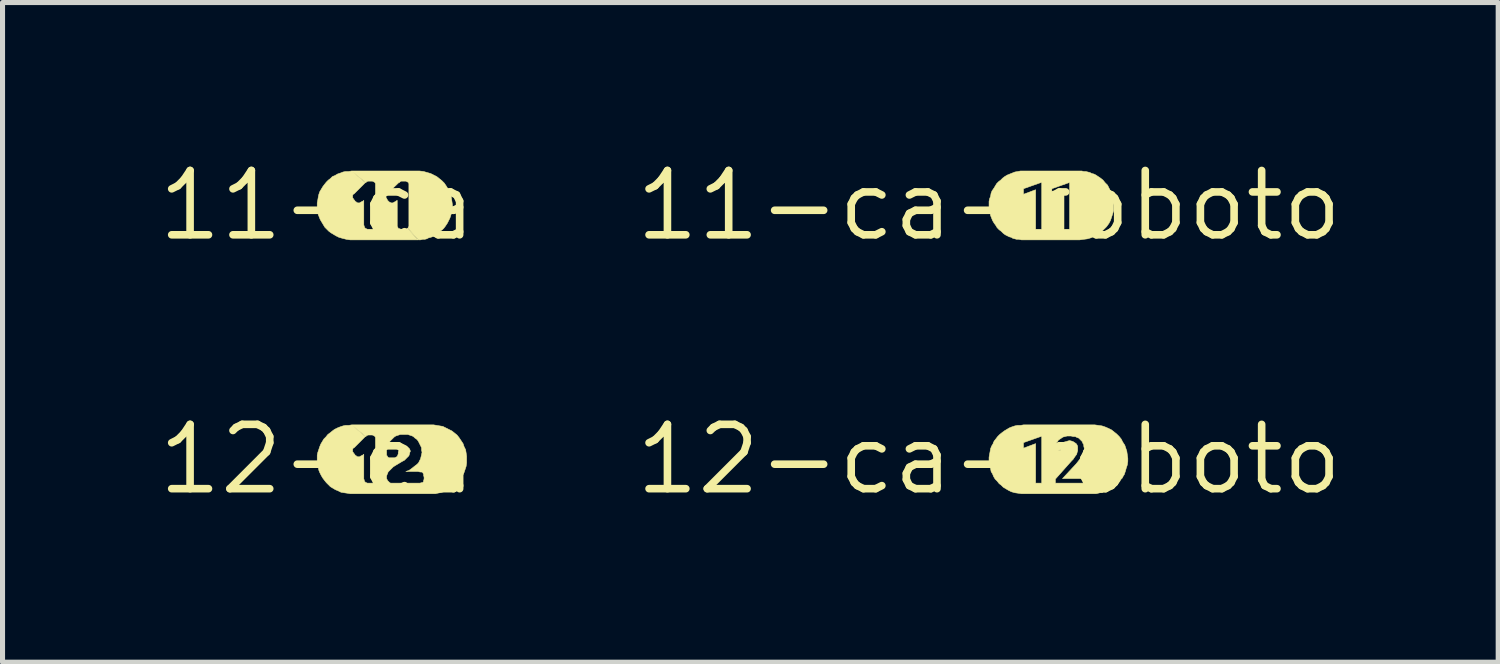
<source format=kicad_pcb>
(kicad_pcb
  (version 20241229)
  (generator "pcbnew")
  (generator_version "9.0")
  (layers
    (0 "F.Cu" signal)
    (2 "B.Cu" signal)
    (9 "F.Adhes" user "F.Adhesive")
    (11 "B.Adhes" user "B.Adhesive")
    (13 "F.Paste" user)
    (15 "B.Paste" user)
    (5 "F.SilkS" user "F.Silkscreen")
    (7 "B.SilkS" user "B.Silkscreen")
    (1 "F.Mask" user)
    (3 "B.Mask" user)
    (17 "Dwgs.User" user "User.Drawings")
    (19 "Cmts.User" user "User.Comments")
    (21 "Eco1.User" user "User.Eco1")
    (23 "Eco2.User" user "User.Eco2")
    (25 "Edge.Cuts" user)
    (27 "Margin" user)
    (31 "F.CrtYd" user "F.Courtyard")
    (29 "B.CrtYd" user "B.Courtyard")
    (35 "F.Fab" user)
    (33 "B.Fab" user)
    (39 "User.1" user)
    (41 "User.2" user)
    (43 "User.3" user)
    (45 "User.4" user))
  (footprint "11-ca"
    (layer "F.Cu")
    (at 3.213 1.006)
    (property "Reference" "11-ca" (at 0 0 0) (layer "F.SilkS") (effects (font (size 1.27 1.27) (thickness 0.15))))
    (attr board_only exclude_from_pos_files exclude_from_bom)
    (fp_poly (pts (xy 0.68 -0.68) (xy 0.62 -0.67) (xy 0.56 -0.67) (xy 0.51 -0.66) (xy 0.46 -0.64) (xy 0.4 -0.62) (xy 0.35 -0.59) (xy 0.3 -0.57) (xy 0.26 -0.53) (xy 0.22 -0.5) (xy 0.18 -0.46) (xy 0.14 -0.41) (xy 0.11 -0.37) (xy 0.08 -0.32) (xy 0.05 -0.27) (xy 0.03 -0.21) (xy 0.02 -0.16) (xy 0.01 -0.1) (xy 0 -0.05) (xy 0 0.01) (xy 0 0.06) (xy 0.01 0.12) (xy 0.02 0.18) (xy 0.04 0.23) (xy 0.06 0.28) (xy 0.09 0.33) (xy 0.12 0.38) (xy 0.15 0.43) (xy 0.19 0.47) (xy 0.23 0.51) (xy 0.27 0.54) (xy 0.32 0.57) (xy 0.37 0.6) (xy 0.43 0.63) (xy 0.5 0.65) (xy 0.58 0.67) (xy 0.65 0.68) (xy 1.99 0.68) (xy 1.78 0.45) (xy 1.76 0.47) (xy 1.73 0.47) (xy 1.7 0.47) (xy 1.67 0.47) (xy 1.65 0.47) (xy 1.63 0.46) (xy 1.61 0.46) (xy 1.6 0.45) (xy 1.59 0.43) (xy 1.58 0.41) (xy 1.58 0.39) (xy 1.58 0.36) (xy 1.58 -0.1) (xy 1.56 -0.09) (xy 1.55 -0.08) (xy 1.53 -0.07) (xy 1.51 -0.06) (xy 1.5 -0.05) (xy 1.48 -0.05) (xy 1.47 -0.05) (xy 1.46 -0.05) (xy 1.44 -0.06) (xy 1.42 -0.07) (xy 1.41 -0.08) (xy 1.39 -0.1) (xy 1.38 -0.12) (xy 1.37 -0.14) (xy 1.36 -0.15) (xy 1.36 -0.17) (xy 1.36 -0.18) (xy 1.36 -0.2) (xy 1.37 -0.22) (xy 1.38 -0.23) (xy 1.61 -0.45) (xy 1.62 -0.45) (xy 1.64 -0.47) (xy 1.66 -0.48) (xy 1.69 -0.48) (xy 1.72 -0.48) (xy 1.75 -0.48) (xy 1.79 -0.46) (xy 1.8 -0.45) (xy 1.81 -0.43) (xy 1.81 0.41) (xy 1.8 0.43) (xy 1.79 0.45) (xy 2 0.68) (xy 2.04 0.68) (xy 2.08 0.67) (xy 2.12 0.67) (xy 2.16 0.66) (xy 2.2 0.64) (xy 2.24 0.63) (xy 2.27 0.62) (xy 2.31 0.6) (xy 2.35 0.58) (xy 2.38 0.55) (xy 2.41 0.53) (xy 2.44 0.5) (xy 2.47 0.48) (xy 2.5 0.45) (xy 2.53 0.41) (xy 2.55 0.38) (xy 2.57 0.35) (xy 2.59 0.31) (xy 2.62 0.25) (xy 2.64 0.19) (xy 2.66 0.12) (xy 2.67 0.06) (xy 2.67 -0.01) (xy 2.66 -0.08) (xy 2.65 -0.14) (xy 2.64 -0.21) (xy 2.61 -0.27) (xy 2.58 -0.33) (xy 2.55 -0.38) (xy 2.51 -0.44) (xy 2.46 -0.49) (xy 2.41 -0.53) (xy 2.36 -0.57) (xy 2.3 -0.6) (xy 2.24 -0.63) (xy 2.17 -0.65) (xy 2.1 -0.67) (xy 2.02 -0.68) (xy 0.68 -0.68) (xy 0.96 -0.45) (xy 0.98 -0.47) (xy 1.01 -0.48) (xy 1.03 -0.48) (xy 1.06 -0.48) (xy 1.09 -0.48) (xy 1.13 -0.46) (xy 1.14 -0.45) (xy 1.15 -0.43) (xy 1.15 0.41) (xy 1.14 0.43) (xy 1.13 0.45) (xy 1.11 0.47) (xy 1.08 0.47) (xy 1.05 0.47) (xy 1.01 0.47) (xy 0.99 0.47) (xy 0.97 0.46) (xy 0.96 0.46) (xy 0.95 0.45) (xy 0.93 0.43) (xy 0.93 0.41) (xy 0.92 0.39) (xy 0.92 0.36) (xy 0.92 -0.1) (xy 0.91 -0.09) (xy 0.89 -0.08) (xy 0.87 -0.07) (xy 0.85 -0.06) (xy 0.84 -0.05) (xy 0.82 -0.05) (xy 0.81 -0.05) (xy 0.8 -0.05) (xy 0.78 -0.06) (xy 0.77 -0.07) (xy 0.75 -0.08) (xy 0.74 -0.1) (xy 0.72 -0.12) (xy 0.71 -0.14) (xy 0.7 -0.15) (xy 0.7 -0.17) (xy 0.7 -0.18) (xy 0.7 -0.2) (xy 0.71 -0.22) (xy 0.73 -0.23) (xy 0.95 -0.45) (xy 0.68 -0.68)) (stroke (width 0.01) (type solid)) (fill yes) (layer "F.SilkS")))
  (footprint "11-ca-roboto"
    (layer "F.Cu")
    (at 16.478 1.006)
    (property "Reference" "11-ca-roboto" (at 0 0 0) (layer "F.SilkS") (effects (font (size 1.27 1.27) (thickness 0.15))))
    (attr board_only exclude_from_pos_files exclude_from_bom)
    (fp_poly (pts (xy 0.68 -0.68) (xy 0.62 -0.68) (xy 0.57 -0.67) (xy 0.51 -0.66) (xy 0.46 -0.64) (xy 0.41 -0.62) (xy 0.36 -0.6) (xy 0.31 -0.57) (xy 0.27 -0.54) (xy 0.23 -0.5) (xy 0.19 -0.47) (xy 0.15 -0.43) (xy 0.12 -0.38) (xy 0.09 -0.33) (xy 0.06 -0.29) (xy 0.04 -0.24) (xy 0.03 -0.18) (xy 0.01 -0.13) (xy 0 -0.08) (xy 0 -0.02) (xy 0 0.03) (xy 0.01 0.09) (xy 0.02 0.14) (xy 0.03 0.2) (xy 0.05 0.25) (xy 0.07 0.3) (xy 0.1 0.35) (xy 0.13 0.39) (xy 0.16 0.44) (xy 0.2 0.48) (xy 0.24 0.51) (xy 0.28 0.55) (xy 0.32 0.58) (xy 0.36 0.6) (xy 0.4 0.62) (xy 0.44 0.63) (xy 0.47 0.65) (xy 0.51 0.66) (xy 0.55 0.67) (xy 0.59 0.67) (xy 0.64 0.68) (xy 0.68 0.68) (xy 0.92 0.47) (xy 0.92 -0.31) (xy 0.68 -0.22) (xy 0.68 -0.33) (xy 1.02 -0.45) (xy 1.04 -0.45) (xy 1.24 -0.33) (xy 1.58 -0.45) (xy 1.59 -0.45) (xy 1.59 0.47) (xy 1.48 0.47) (xy 1.48 -0.31) (xy 1.24 -0.22) (xy 1.24 -0.33) (xy 1.04 -0.45) (xy 1.04 0.47) (xy 0.92 0.47) (xy 0.68 0.68) (xy 1.79 0.68) (xy 1.86 0.67) (xy 1.94 0.66) (xy 2.01 0.64) (xy 2.08 0.61) (xy 2.15 0.57) (xy 2.21 0.53) (xy 2.27 0.47) (xy 2.32 0.42) (xy 2.37 0.35) (xy 2.4 0.29) (xy 2.42 0.23) (xy 2.44 0.17) (xy 2.46 0.1) (xy 2.46 0.04) (xy 2.46 -0.03) (xy 2.46 -0.09) (xy 2.45 -0.16) (xy 2.43 -0.22) (xy 2.4 -0.28) (xy 2.37 -0.34) (xy 2.34 -0.4) (xy 2.29 -0.45) (xy 2.25 -0.5) (xy 2.2 -0.54) (xy 2.14 -0.58) (xy 2.11 -0.6) (xy 2.07 -0.62) (xy 2.03 -0.63) (xy 1.99 -0.65) (xy 1.95 -0.66) (xy 1.91 -0.67) (xy 1.87 -0.67) (xy 1.83 -0.68) (xy 1.79 -0.68) (xy 0.68 -0.68)) (stroke (width 0.01) (type solid)) (fill yes) (layer "F.SilkS")))
  (footprint "12-ca"
    (layer "F.Cu")
    (at 3.213 6.019)
    (property "Reference" "12-ca" (at 0 0 0) (layer "F.SilkS") (effects (font (size 1.27 1.27) (thickness 0.15))))
    (attr board_only exclude_from_pos_files exclude_from_bom)
    (fp_poly (pts (xy 0.68 -0.68) (xy 0.62 -0.67) (xy 0.56 -0.67) (xy 0.51 -0.66) (xy 0.45 -0.64) (xy 0.4 -0.62) (xy 0.34 -0.59) (xy 0.3 -0.56) (xy 0.25 -0.52) (xy 0.21 -0.49) (xy 0.17 -0.44) (xy 0.13 -0.4) (xy 0.1 -0.35) (xy 0.07 -0.3) (xy 0.05 -0.25) (xy 0.03 -0.19) (xy 0.01 -0.13) (xy 0 -0.08) (xy 0 -0.02) (xy 0 0.04) (xy 0.01 0.1) (xy 0.02 0.15) (xy 0.03 0.21) (xy 0.05 0.26) (xy 0.08 0.32) (xy 0.11 0.37) (xy 0.14 0.41) (xy 0.18 0.46) (xy 0.22 0.5) (xy 0.26 0.54) (xy 0.31 0.57) (xy 0.36 0.6) (xy 0.41 0.62) (xy 0.47 0.65) (xy 0.53 0.66) (xy 0.6 0.67) (xy 0.66 0.68) (xy 2.28 0.68) (xy 2.33 0.68) (xy 2.37 0.67) (xy 2.42 0.66) (xy 2.46 0.65) (xy 2.5 0.64) (xy 2.54 0.62) (xy 2.58 0.61) (xy 2.62 0.58) (xy 2.65 0.56) (xy 2.69 0.54) (xy 2.72 0.51) (xy 2.75 0.48) (xy 2.78 0.45) (xy 2.81 0.41) (xy 2.84 0.38) (xy 2.86 0.34) (xy 2.88 0.3) (xy 2.9 0.26) (xy 2.92 0.2) (xy 2.94 0.14) (xy 2.95 0.07) (xy 2.95 0.01) (xy 2.95 -0.06) (xy 2.94 -0.13) (xy 2.93 -0.19) (xy 2.9 -0.25) (xy 2.88 -0.31) (xy 2.84 -0.37) (xy 2.8 -0.43) (xy 2.76 -0.48) (xy 2.71 -0.52) (xy 2.66 -0.56) (xy 2.6 -0.59) (xy 2.54 -0.62) (xy 2.48 -0.65) (xy 2.42 -0.66) (xy 2.36 -0.67) (xy 2.3 -0.68) (xy 0.68 -0.68) (xy 0.96 -0.45) (xy 0.98 -0.47) (xy 1.01 -0.48) (xy 1.03 -0.48) (xy 1.06 -0.48) (xy 1.09 -0.48) (xy 1.13 -0.46) (xy 1.14 -0.45) (xy 1.15 -0.43) (xy 1.15 0.41) (xy 1.37 0.38) (xy 1.37 0.36) (xy 1.37 0.33) (xy 1.38 0.3) (xy 1.39 0.28) (xy 1.4 0.25) (xy 1.42 0.23) (xy 1.46 0.19) (xy 1.5 0.15) (xy 1.53 0.13) (xy 1.68 0.04) (xy 1.72 0.02) (xy 1.75 -0.01) (xy 1.78 -0.04) (xy 1.81 -0.07) (xy 1.82 -0.1) (xy 1.83 -0.14) (xy 1.84 -0.16) (xy 1.83 -0.19) (xy 1.82 -0.21) (xy 1.8 -0.23) (xy 1.77 -0.25) (xy 1.75 -0.26) (xy 1.72 -0.26) (xy 1.69 -0.26) (xy 1.67 -0.26) (xy 1.65 -0.24) (xy 1.63 -0.23) (xy 1.62 -0.21) (xy 1.61 -0.19) (xy 1.61 -0.17) (xy 1.6 -0.14) (xy 1.6 -0.11) (xy 1.59 -0.08) (xy 1.58 -0.06) (xy 1.57 -0.05) (xy 1.55 -0.04) (xy 1.53 -0.03) (xy 1.5 -0.03) (xy 1.47 -0.03) (xy 1.44 -0.03) (xy 1.42 -0.03) (xy 1.4 -0.04) (xy 1.39 -0.05) (xy 1.38 -0.07) (xy 1.37 -0.08) (xy 1.37 -0.11) (xy 1.37 -0.14) (xy 1.37 -0.17) (xy 1.37 -0.2) (xy 1.38 -0.23) (xy 1.39 -0.26) (xy 1.4 -0.28) (xy 1.41 -0.31) (xy 1.44 -0.36) (xy 1.48 -0.4) (xy 1.5 -0.42) (xy 1.52 -0.44) (xy 1.55 -0.46) (xy 1.58 -0.47) (xy 1.61 -0.48) (xy 1.64 -0.49) (xy 1.68 -0.49) (xy 1.72 -0.49) (xy 1.76 -0.49) (xy 1.79 -0.49) (xy 1.82 -0.48) (xy 1.85 -0.47) (xy 1.88 -0.46) (xy 1.91 -0.44) (xy 1.93 -0.42) (xy 1.96 -0.4) (xy 1.98 -0.38) (xy 2 -0.35) (xy 2.02 -0.31) (xy 2.04 -0.27) (xy 2.06 -0.23) (xy 2.06 -0.18) (xy 2.07 -0.14) (xy 2.06 -0.09) (xy 2.05 -0.05) (xy 2.04 -0.01) (xy 2.02 0.03) (xy 2 0.07) (xy 1.97 0.1) (xy 1.93 0.13) (xy 1.88 0.17) (xy 1.84 0.2) (xy 1.81 0.22) (xy 1.75 0.24) (xy 1.99 0.24) (xy 2.03 0.25) (xy 2.06 0.25) (xy 2.08 0.26) (xy 2.09 0.27) (xy 2.09 0.28) (xy 2.1 0.29) (xy 2.1 0.32) (xy 2.11 0.35) (xy 2.11 0.39) (xy 2.1 0.42) (xy 2.1 0.44) (xy 2.09 0.45) (xy 2.08 0.46) (xy 2.06 0.46) (xy 2.03 0.47) (xy 2 0.47) (xy 1.48 0.47) (xy 1.45 0.47) (xy 1.43 0.46) (xy 1.41 0.44) (xy 1.39 0.42) (xy 1.38 0.4) (xy 1.37 0.38) (xy 1.15 0.41) (xy 1.14 0.43) (xy 1.13 0.45) (xy 1.11 0.47) (xy 1.08 0.47) (xy 1.05 0.47) (xy 1.01 0.47) (xy 0.99 0.47) (xy 0.97 0.46) (xy 0.96 0.46) (xy 0.95 0.45) (xy 0.93 0.43) (xy 0.93 0.41) (xy 0.92 0.39) (xy 0.92 0.36) (xy 0.92 -0.1) (xy 0.91 -0.09) (xy 0.89 -0.08) (xy 0.87 -0.07) (xy 0.85 -0.06) (xy 0.84 -0.05) (xy 0.82 -0.05) (xy 0.81 -0.05) (xy 0.8 -0.05) (xy 0.78 -0.06) (xy 0.77 -0.07) (xy 0.75 -0.08) (xy 0.74 -0.1) (xy 0.72 -0.12) (xy 0.71 -0.14) (xy 0.7 -0.15) (xy 0.7 -0.17) (xy 0.7 -0.18) (xy 0.7 -0.2) (xy 0.71 -0.22) (xy 0.73 -0.23) (xy 0.95 -0.45) (xy 0.68 -0.68)) (stroke (width 0.01) (type solid)) (fill yes) (layer "F.SilkS")))
  (footprint "12-ca-roboto"
    (layer "F.Cu")
    (at 16.478 6.019)
    (property "Reference" "12-ca-roboto" (at 0 0 0) (layer "F.SilkS") (effects (font (size 1.27 1.27) (thickness 0.15))))
    (attr board_only exclude_from_pos_files exclude_from_bom)
    (fp_poly (pts (xy 0.68 -0.68) (xy 0.62 -0.67) (xy 0.56 -0.67) (xy 0.51 -0.66) (xy 0.45 -0.64) (xy 0.4 -0.62) (xy 0.35 -0.59) (xy 0.3 -0.56) (xy 0.26 -0.53) (xy 0.21 -0.49) (xy 0.17 -0.45) (xy 0.14 -0.41) (xy 0.1 -0.36) (xy 0.08 -0.31) (xy 0.05 -0.26) (xy 0.03 -0.21) (xy 0.02 -0.15) (xy 0.01 -0.1) (xy 0 -0.04) (xy 0 0.02) (xy 0 0.07) (xy 0.01 0.13) (xy 0.03 0.18) (xy 0.04 0.24) (xy 0.07 0.29) (xy 0.09 0.34) (xy 0.12 0.39) (xy 0.16 0.43) (xy 0.2 0.48) (xy 0.24 0.51) (xy 0.28 0.55) (xy 0.33 0.58) (xy 0.38 0.61) (xy 0.44 0.64) (xy 0.51 0.66) (xy 0.58 0.67) (xy 0.65 0.68) (xy 0.92 0.47) (xy 0.92 -0.31) (xy 0.68 -0.22) (xy 0.68 -0.33) (xy 1.02 -0.45) (xy 1.04 -0.45) (xy 1.04 0.47) (xy 0.92 0.47) (xy 0.65 0.68) (xy 2.06 0.68) (xy 1.92 0.47) (xy 1.31 0.47) (xy 1.31 0.39) (xy 1.63 0.03) (xy 1.66 0) (xy 1.7 -0.06) (xy 1.73 -0.1) (xy 1.74 -0.14) (xy 1.75 -0.17) (xy 1.75 -0.21) (xy 1.75 -0.25) (xy 1.74 -0.28) (xy 1.72 -0.31) (xy 1.69 -0.33) (xy 1.66 -0.35) (xy 1.63 -0.36) (xy 1.59 -0.37) (xy 1.55 -0.36) (xy 1.52 -0.35) (xy 1.48 -0.34) (xy 1.46 -0.32) (xy 1.44 -0.29) (xy 1.42 -0.26) (xy 1.41 -0.22) (xy 1.41 -0.18) (xy 1.29 -0.18) (xy 1.3 -0.22) (xy 1.3 -0.25) (xy 1.31 -0.29) (xy 1.33 -0.32) (xy 1.35 -0.35) (xy 1.37 -0.38) (xy 1.4 -0.4) (xy 1.43 -0.42) (xy 1.46 -0.44) (xy 1.5 -0.45) (xy 1.54 -0.46) (xy 1.58 -0.46) (xy 1.62 -0.46) (xy 1.66 -0.45) (xy 1.7 -0.45) (xy 1.74 -0.43) (xy 1.77 -0.42) (xy 1.79 -0.4) (xy 1.82 -0.37) (xy 1.84 -0.35) (xy 1.85 -0.32) (xy 1.87 -0.29) (xy 1.87 -0.26) (xy 1.88 -0.22) (xy 1.88 -0.2) (xy 1.87 -0.17) (xy 1.87 -0.15) (xy 1.86 -0.12) (xy 1.83 -0.06) (xy 1.79 0) (xy 1.76 0.04) (xy 1.72 0.09) (xy 1.45 0.38) (xy 1.92 0.38) (xy 1.92 0.47) (xy 2.06 0.68) (xy 2.11 0.68) (xy 2.15 0.67) (xy 2.19 0.66) (xy 2.23 0.66) (xy 2.27 0.64) (xy 2.31 0.63) (xy 2.35 0.61) (xy 2.39 0.59) (xy 2.42 0.57) (xy 2.46 0.55) (xy 2.49 0.52) (xy 2.52 0.5) (xy 2.55 0.47) (xy 2.58 0.44) (xy 2.6 0.4) (xy 2.63 0.37) (xy 2.65 0.33) (xy 2.67 0.3) (xy 2.69 0.24) (xy 2.71 0.17) (xy 2.73 0.11) (xy 2.74 0.04) (xy 2.74 -0.02) (xy 2.73 -0.09) (xy 2.72 -0.16) (xy 2.7 -0.22) (xy 2.68 -0.28) (xy 2.64 -0.34) (xy 2.61 -0.4) (xy 2.57 -0.45) (xy 2.52 -0.5) (xy 2.47 -0.54) (xy 2.42 -0.58) (xy 2.36 -0.61) (xy 2.29 -0.64) (xy 2.23 -0.66) (xy 2.16 -0.67) (xy 2.09 -0.68) (xy 0.68 -0.68)) (stroke (width 0.01) (type solid)) (fill yes) (layer "F.SilkS")))
  (gr_rect
    (start -3 -3)
    (end 26.531 10.025)
    (stroke (width 0.1) (type default))
    (fill no)
    (layer "Edge.Cuts")))
</source>
